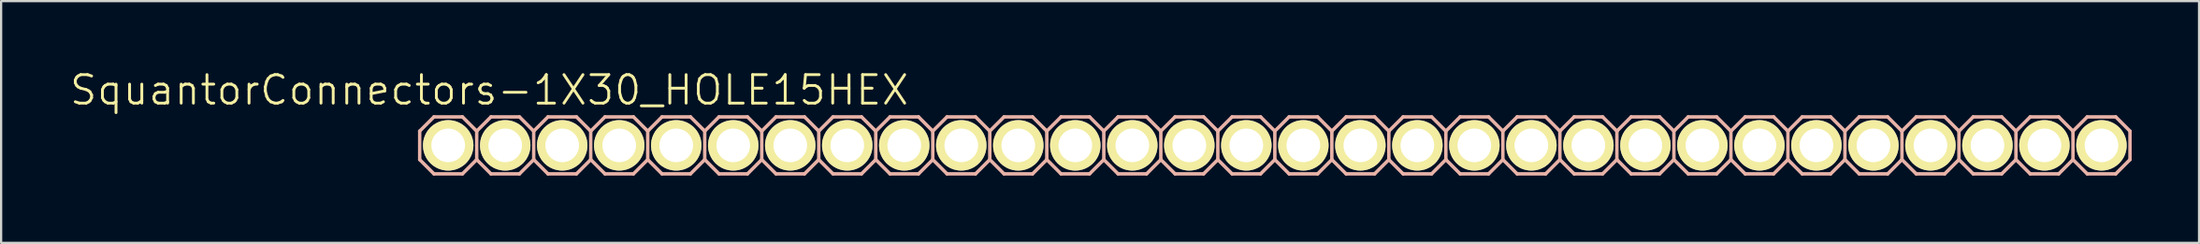
<source format=kicad_pcb>
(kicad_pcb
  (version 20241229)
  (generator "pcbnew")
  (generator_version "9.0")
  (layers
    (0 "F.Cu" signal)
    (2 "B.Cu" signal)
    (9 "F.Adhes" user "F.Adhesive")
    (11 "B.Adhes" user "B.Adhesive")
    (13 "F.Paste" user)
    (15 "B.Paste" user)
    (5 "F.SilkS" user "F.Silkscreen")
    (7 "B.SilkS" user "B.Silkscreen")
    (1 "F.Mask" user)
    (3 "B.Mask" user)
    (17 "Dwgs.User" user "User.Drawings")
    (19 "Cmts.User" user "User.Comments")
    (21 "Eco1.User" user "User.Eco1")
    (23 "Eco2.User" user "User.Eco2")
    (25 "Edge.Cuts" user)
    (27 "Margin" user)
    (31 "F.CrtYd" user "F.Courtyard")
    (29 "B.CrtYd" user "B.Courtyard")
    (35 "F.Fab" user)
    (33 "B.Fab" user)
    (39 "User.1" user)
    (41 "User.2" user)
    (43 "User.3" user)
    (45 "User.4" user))
  (footprint "SquantorConnectors-1X30_HOLE15HEX"
    (layer "F.Cu")
    (at 53.749 3.43)
    (property "Reference" "SquantorConnectors-1X30_HOLE15HEX" (at -34.999 -2.464 0) (layer "F.SilkS") (effects (font (size 1.27 1.27) (thickness 0.127))))
    (attr exclude_from_pos_files exclude_from_bom)
    (fp_line (start -37.084 -0.254) (end -36.576 -0.254) (stroke (width 0.066) (type solid)) (layer "F.SilkS"))
    (fp_line (start -37.084 0.254) (end -37.084 -0.254) (stroke (width 0.066) (type solid)) (layer "F.SilkS"))
    (fp_line (start -37.084 0.254) (end -36.576 0.254) (stroke (width 0.066) (type solid)) (layer "F.SilkS"))
    (fp_line (start -36.576 0.254) (end -36.576 -0.254) (stroke (width 0.066) (type solid)) (layer "F.SilkS"))
    (fp_line (start -34.544 -0.254) (end -34.036 -0.254) (stroke (width 0.066) (type solid)) (layer "F.SilkS"))
    (fp_line (start -34.544 0.254) (end -34.544 -0.254) (stroke (width 0.066) (type solid)) (layer "F.SilkS"))
    (fp_line (start -34.544 0.254) (end -34.036 0.254) (stroke (width 0.066) (type solid)) (layer "F.SilkS"))
    (fp_line (start -34.036 0.254) (end -34.036 -0.254) (stroke (width 0.066) (type solid)) (layer "F.SilkS"))
    (fp_line (start -32.004 -0.254) (end -31.496 -0.254) (stroke (width 0.066) (type solid)) (layer "F.SilkS"))
    (fp_line (start -32.004 0.254) (end -32.004 -0.254) (stroke (width 0.066) (type solid)) (layer "F.SilkS"))
    (fp_line (start -32.004 0.254) (end -31.496 0.254) (stroke (width 0.066) (type solid)) (layer "F.SilkS"))
    (fp_line (start -31.496 0.254) (end -31.496 -0.254) (stroke (width 0.066) (type solid)) (layer "F.SilkS"))
    (fp_line (start -29.464 -0.254) (end -28.953 -0.254) (stroke (width 0.066) (type solid)) (layer "F.SilkS"))
    (fp_line (start -29.464 0.254) (end -29.464 -0.254) (stroke (width 0.066) (type solid)) (layer "F.SilkS"))
    (fp_line (start -29.464 0.254) (end -28.953 0.254) (stroke (width 0.066) (type solid)) (layer "F.SilkS"))
    (fp_line (start -28.953 0.254) (end -28.953 -0.254) (stroke (width 0.066) (type solid)) (layer "F.SilkS"))
    (fp_line (start -26.924 -0.254) (end -26.416 -0.254) (stroke (width 0.066) (type solid)) (layer "F.SilkS"))
    (fp_line (start -26.924 0.254) (end -26.924 -0.254) (stroke (width 0.066) (type solid)) (layer "F.SilkS"))
    (fp_line (start -26.924 0.254) (end -26.416 0.254) (stroke (width 0.066) (type solid)) (layer "F.SilkS"))
    (fp_line (start -26.416 0.254) (end -26.416 -0.254) (stroke (width 0.066) (type solid)) (layer "F.SilkS"))
    (fp_line (start -24.384 -0.254) (end -23.876 -0.254) (stroke (width 0.066) (type solid)) (layer "F.SilkS"))
    (fp_line (start -24.384 0.254) (end -24.384 -0.254) (stroke (width 0.066) (type solid)) (layer "F.SilkS"))
    (fp_line (start -24.384 0.254) (end -23.876 0.254) (stroke (width 0.066) (type solid)) (layer "F.SilkS"))
    (fp_line (start -23.876 0.254) (end -23.876 -0.254) (stroke (width 0.066) (type solid)) (layer "F.SilkS"))
    (fp_line (start -21.844 -0.254) (end -21.336 -0.254) (stroke (width 0.066) (type solid)) (layer "F.SilkS"))
    (fp_line (start -21.844 0.254) (end -21.844 -0.254) (stroke (width 0.066) (type solid)) (layer "F.SilkS"))
    (fp_line (start -21.844 0.254) (end -21.336 0.254) (stroke (width 0.066) (type solid)) (layer "F.SilkS"))
    (fp_line (start -21.336 0.254) (end -21.336 -0.254) (stroke (width 0.066) (type solid)) (layer "F.SilkS"))
    (fp_line (start -19.304 -0.254) (end -18.796 -0.254) (stroke (width 0.066) (type solid)) (layer "F.SilkS"))
    (fp_line (start -19.304 0.254) (end -19.304 -0.254) (stroke (width 0.066) (type solid)) (layer "F.SilkS"))
    (fp_line (start -19.304 0.254) (end -18.796 0.254) (stroke (width 0.066) (type solid)) (layer "F.SilkS"))
    (fp_line (start -18.796 0.254) (end -18.796 -0.254) (stroke (width 0.066) (type solid)) (layer "F.SilkS"))
    (fp_line (start -16.764 -0.254) (end -16.256 -0.254) (stroke (width 0.066) (type solid)) (layer "F.SilkS"))
    (fp_line (start -16.764 0.254) (end -16.764 -0.254) (stroke (width 0.066) (type solid)) (layer "F.SilkS"))
    (fp_line (start -16.764 0.254) (end -16.256 0.254) (stroke (width 0.066) (type solid)) (layer "F.SilkS"))
    (fp_line (start -16.256 0.254) (end -16.256 -0.254) (stroke (width 0.066) (type solid)) (layer "F.SilkS"))
    (fp_line (start -14.224 -0.254) (end -13.716 -0.254) (stroke (width 0.066) (type solid)) (layer "F.SilkS"))
    (fp_line (start -14.224 0.254) (end -14.224 -0.254) (stroke (width 0.066) (type solid)) (layer "F.SilkS"))
    (fp_line (start -14.224 0.254) (end -13.716 0.254) (stroke (width 0.066) (type solid)) (layer "F.SilkS"))
    (fp_line (start -13.716 0.254) (end -13.716 -0.254) (stroke (width 0.066) (type solid)) (layer "F.SilkS"))
    (fp_line (start -11.684 -0.254) (end -11.176 -0.254) (stroke (width 0.066) (type solid)) (layer "F.SilkS"))
    (fp_line (start -11.684 0.254) (end -11.684 -0.254) (stroke (width 0.066) (type solid)) (layer "F.SilkS"))
    (fp_line (start -11.684 0.254) (end -11.176 0.254) (stroke (width 0.066) (type solid)) (layer "F.SilkS"))
    (fp_line (start -11.176 0.254) (end -11.176 -0.254) (stroke (width 0.066) (type solid)) (layer "F.SilkS"))
    (fp_line (start -9.144 -0.254) (end -8.636 -0.254) (stroke (width 0.066) (type solid)) (layer "F.SilkS"))
    (fp_line (start -9.144 0.254) (end -9.144 -0.254) (stroke (width 0.066) (type solid)) (layer "F.SilkS"))
    (fp_line (start -9.144 0.254) (end -8.636 0.254) (stroke (width 0.066) (type solid)) (layer "F.SilkS"))
    (fp_line (start -8.636 0.254) (end -8.636 -0.254) (stroke (width 0.066) (type solid)) (layer "F.SilkS"))
    (fp_line (start -6.604 -0.254) (end -6.096 -0.254) (stroke (width 0.066) (type solid)) (layer "F.SilkS"))
    (fp_line (start -6.604 0.254) (end -6.604 -0.254) (stroke (width 0.066) (type solid)) (layer "F.SilkS"))
    (fp_line (start -6.604 0.254) (end -6.096 0.254) (stroke (width 0.066) (type solid)) (layer "F.SilkS"))
    (fp_line (start -6.096 0.254) (end -6.096 -0.254) (stroke (width 0.066) (type solid)) (layer "F.SilkS"))
    (fp_line (start -4.064 -0.254) (end -3.556 -0.254) (stroke (width 0.066) (type solid)) (layer "F.SilkS"))
    (fp_line (start -4.064 0.254) (end -4.064 -0.254) (stroke (width 0.066) (type solid)) (layer "F.SilkS"))
    (fp_line (start -4.064 0.254) (end -3.556 0.254) (stroke (width 0.066) (type solid)) (layer "F.SilkS"))
    (fp_line (start -3.556 0.254) (end -3.556 -0.254) (stroke (width 0.066) (type solid)) (layer "F.SilkS"))
    (fp_line (start -1.524 -0.254) (end -1.016 -0.254) (stroke (width 0.066) (type solid)) (layer "F.SilkS"))
    (fp_line (start -1.524 0.254) (end -1.524 -0.254) (stroke (width 0.066) (type solid)) (layer "F.SilkS"))
    (fp_line (start -1.524 0.254) (end -1.016 0.254) (stroke (width 0.066) (type solid)) (layer "F.SilkS"))
    (fp_line (start -1.016 0.254) (end -1.016 -0.254) (stroke (width 0.066) (type solid)) (layer "F.SilkS"))
    (fp_line (start 1.016 -0.254) (end 1.524 -0.254) (stroke (width 0.066) (type solid)) (layer "F.SilkS"))
    (fp_line (start 1.016 0.254) (end 1.016 -0.254) (stroke (width 0.066) (type solid)) (layer "F.SilkS"))
    (fp_line (start 1.016 0.254) (end 1.524 0.254) (stroke (width 0.066) (type solid)) (layer "F.SilkS"))
    (fp_line (start 1.524 0.254) (end 1.524 -0.254) (stroke (width 0.066) (type solid)) (layer "F.SilkS"))
    (fp_line (start 3.556 -0.254) (end 4.064 -0.254) (stroke (width 0.066) (type solid)) (layer "F.SilkS"))
    (fp_line (start 3.556 0.254) (end 3.556 -0.254) (stroke (width 0.066) (type solid)) (layer "F.SilkS"))
    (fp_line (start 3.556 0.254) (end 4.064 0.254) (stroke (width 0.066) (type solid)) (layer "F.SilkS"))
    (fp_line (start 4.064 0.254) (end 4.064 -0.254) (stroke (width 0.066) (type solid)) (layer "F.SilkS"))
    (fp_line (start 6.096 -0.254) (end 6.604 -0.254) (stroke (width 0.066) (type solid)) (layer "F.SilkS"))
    (fp_line (start 6.096 0.254) (end 6.096 -0.254) (stroke (width 0.066) (type solid)) (layer "F.SilkS"))
    (fp_line (start 6.096 0.254) (end 6.604 0.254) (stroke (width 0.066) (type solid)) (layer "F.SilkS"))
    (fp_line (start 6.604 0.254) (end 6.604 -0.254) (stroke (width 0.066) (type solid)) (layer "F.SilkS"))
    (fp_line (start 8.636 -0.254) (end 9.144 -0.254) (stroke (width 0.066) (type solid)) (layer "F.SilkS"))
    (fp_line (start 8.636 0.254) (end 8.636 -0.254) (stroke (width 0.066) (type solid)) (layer "F.SilkS"))
    (fp_line (start 8.636 0.254) (end 9.144 0.254) (stroke (width 0.066) (type solid)) (layer "F.SilkS"))
    (fp_line (start 9.144 0.254) (end 9.144 -0.254) (stroke (width 0.066) (type solid)) (layer "F.SilkS"))
    (fp_line (start 11.176 -0.254) (end 11.684 -0.254) (stroke (width 0.066) (type solid)) (layer "F.SilkS"))
    (fp_line (start 11.176 0.254) (end 11.176 -0.254) (stroke (width 0.066) (type solid)) (layer "F.SilkS"))
    (fp_line (start 11.176 0.254) (end 11.684 0.254) (stroke (width 0.066) (type solid)) (layer "F.SilkS"))
    (fp_line (start 11.684 0.254) (end 11.684 -0.254) (stroke (width 0.066) (type solid)) (layer "F.SilkS"))
    (fp_line (start 13.716 -0.254) (end 14.224 -0.254) (stroke (width 0.066) (type solid)) (layer "F.SilkS"))
    (fp_line (start 13.716 0.254) (end 13.716 -0.254) (stroke (width 0.066) (type solid)) (layer "F.SilkS"))
    (fp_line (start 13.716 0.254) (end 14.224 0.254) (stroke (width 0.066) (type solid)) (layer "F.SilkS"))
    (fp_line (start 14.224 0.254) (end 14.224 -0.254) (stroke (width 0.066) (type solid)) (layer "F.SilkS"))
    (fp_line (start 16.256 -0.254) (end 16.764 -0.254) (stroke (width 0.066) (type solid)) (layer "F.SilkS"))
    (fp_line (start 16.256 0.254) (end 16.256 -0.254) (stroke (width 0.066) (type solid)) (layer "F.SilkS"))
    (fp_line (start 16.256 0.254) (end 16.764 0.254) (stroke (width 0.066) (type solid)) (layer "F.SilkS"))
    (fp_line (start 16.764 0.254) (end 16.764 -0.254) (stroke (width 0.066) (type solid)) (layer "F.SilkS"))
    (fp_line (start 18.796 -0.254) (end 19.304 -0.254) (stroke (width 0.066) (type solid)) (layer "F.SilkS"))
    (fp_line (start 18.796 0.254) (end 18.796 -0.254) (stroke (width 0.066) (type solid)) (layer "F.SilkS"))
    (fp_line (start 18.796 0.254) (end 19.304 0.254) (stroke (width 0.066) (type solid)) (layer "F.SilkS"))
    (fp_line (start 19.304 0.254) (end 19.304 -0.254) (stroke (width 0.066) (type solid)) (layer "F.SilkS"))
    (fp_line (start 21.336 -0.254) (end 21.844 -0.254) (stroke (width 0.066) (type solid)) (layer "F.SilkS"))
    (fp_line (start 21.336 0.254) (end 21.336 -0.254) (stroke (width 0.066) (type solid)) (layer "F.SilkS"))
    (fp_line (start 21.336 0.254) (end 21.844 0.254) (stroke (width 0.066) (type solid)) (layer "F.SilkS"))
    (fp_line (start 21.844 0.254) (end 21.844 -0.254) (stroke (width 0.066) (type solid)) (layer "F.SilkS"))
    (fp_line (start 23.876 -0.254) (end 24.384 -0.254) (stroke (width 0.066) (type solid)) (layer "F.SilkS"))
    (fp_line (start 23.876 0.254) (end 23.876 -0.254) (stroke (width 0.066) (type solid)) (layer "F.SilkS"))
    (fp_line (start 23.876 0.254) (end 24.384 0.254) (stroke (width 0.066) (type solid)) (layer "F.SilkS"))
    (fp_line (start 24.384 0.254) (end 24.384 -0.254) (stroke (width 0.066) (type solid)) (layer "F.SilkS"))
    (fp_line (start 26.416 -0.254) (end 26.924 -0.254) (stroke (width 0.066) (type solid)) (layer "F.SilkS"))
    (fp_line (start 26.416 0.254) (end 26.416 -0.254) (stroke (width 0.066) (type solid)) (layer "F.SilkS"))
    (fp_line (start 26.416 0.254) (end 26.924 0.254) (stroke (width 0.066) (type solid)) (layer "F.SilkS"))
    (fp_line (start 26.924 0.254) (end 26.924 -0.254) (stroke (width 0.066) (type solid)) (layer "F.SilkS"))
    (fp_line (start 28.953 -0.254) (end 29.464 -0.254) (stroke (width 0.066) (type solid)) (layer "F.SilkS"))
    (fp_line (start 28.953 0.254) (end 28.953 -0.254) (stroke (width 0.066) (type solid)) (layer "F.SilkS"))
    (fp_line (start 28.953 0.254) (end 29.464 0.254) (stroke (width 0.066) (type solid)) (layer "F.SilkS"))
    (fp_line (start 29.464 0.254) (end 29.464 -0.254) (stroke (width 0.066) (type solid)) (layer "F.SilkS"))
    (fp_line (start 31.496 -0.254) (end 32.004 -0.254) (stroke (width 0.066) (type solid)) (layer "F.SilkS"))
    (fp_line (start 31.496 0.254) (end 31.496 -0.254) (stroke (width 0.066) (type solid)) (layer "F.SilkS"))
    (fp_line (start 31.496 0.254) (end 32.004 0.254) (stroke (width 0.066) (type solid)) (layer "F.SilkS"))
    (fp_line (start 32.004 0.254) (end 32.004 -0.254) (stroke (width 0.066) (type solid)) (layer "F.SilkS"))
    (fp_line (start 34.036 -0.254) (end 34.544 -0.254) (stroke (width 0.066) (type solid)) (layer "F.SilkS"))
    (fp_line (start 34.036 0.254) (end 34.036 -0.254) (stroke (width 0.066) (type solid)) (layer "F.SilkS"))
    (fp_line (start 34.036 0.254) (end 34.544 0.254) (stroke (width 0.066) (type solid)) (layer "F.SilkS"))
    (fp_line (start 34.544 0.254) (end 34.544 -0.254) (stroke (width 0.066) (type solid)) (layer "F.SilkS"))
    (fp_line (start 36.576 -0.254) (end 37.084 -0.254) (stroke (width 0.066) (type solid)) (layer "F.SilkS"))
    (fp_line (start 36.576 0.254) (end 36.576 -0.254) (stroke (width 0.066) (type solid)) (layer "F.SilkS"))
    (fp_line (start 36.576 0.254) (end 37.084 0.254) (stroke (width 0.066) (type solid)) (layer "F.SilkS"))
    (fp_line (start 37.084 0.254) (end 37.084 -0.254) (stroke (width 0.066) (type solid)) (layer "F.SilkS"))
    (fp_line (start -38.1 -0.635) (end -38.1 0.635) (stroke (width 0.152) (type solid)) (layer "B.SilkS"))
    (fp_line (start -38.1 0.635) (end -37.465 1.27) (stroke (width 0.152) (type solid)) (layer "B.SilkS"))
    (fp_line (start -37.465 -1.27) (end -38.1 -0.635) (stroke (width 0.152) (type solid)) (layer "B.SilkS"))
    (fp_line (start -37.465 -1.27) (end -36.195 -1.27) (stroke (width 0.152) (type solid)) (layer "B.SilkS"))
    (fp_line (start -36.195 -1.27) (end -35.56 -0.635) (stroke (width 0.152) (type solid)) (layer "B.SilkS"))
    (fp_line (start -36.195 1.27) (end -37.465 1.27) (stroke (width 0.152) (type solid)) (layer "B.SilkS"))
    (fp_line (start -35.56 -0.635) (end -35.56 0.635) (stroke (width 0.152) (type solid)) (layer "B.SilkS"))
    (fp_line (start -35.56 -0.635) (end -34.925 -1.27) (stroke (width 0.152) (type solid)) (layer "B.SilkS"))
    (fp_line (start -35.56 0.635) (end -36.195 1.27) (stroke (width 0.152) (type solid)) (layer "B.SilkS"))
    (fp_line (start -34.925 -1.27) (end -33.655 -1.27) (stroke (width 0.152) (type solid)) (layer "B.SilkS"))
    (fp_line (start -34.925 1.27) (end -35.56 0.635) (stroke (width 0.152) (type solid)) (layer "B.SilkS"))
    (fp_line (start -33.655 -1.27) (end -33.02 -0.635) (stroke (width 0.152) (type solid)) (layer "B.SilkS"))
    (fp_line (start -33.655 1.27) (end -34.925 1.27) (stroke (width 0.152) (type solid)) (layer "B.SilkS"))
    (fp_line (start -33.02 -0.635) (end -33.02 0.635) (stroke (width 0.152) (type solid)) (layer "B.SilkS"))
    (fp_line (start -33.02 -0.635) (end -32.385 -1.27) (stroke (width 0.152) (type solid)) (layer "B.SilkS"))
    (fp_line (start -33.02 0.635) (end -33.655 1.27) (stroke (width 0.152) (type solid)) (layer "B.SilkS"))
    (fp_line (start -32.385 -1.27) (end -31.115 -1.27) (stroke (width 0.152) (type solid)) (layer "B.SilkS"))
    (fp_line (start -32.385 1.27) (end -33.02 0.635) (stroke (width 0.152) (type solid)) (layer "B.SilkS"))
    (fp_line (start -31.115 -1.27) (end -30.48 -0.635) (stroke (width 0.152) (type solid)) (layer "B.SilkS"))
    (fp_line (start -31.115 1.27) (end -32.385 1.27) (stroke (width 0.152) (type solid)) (layer "B.SilkS"))
    (fp_line (start -30.48 -0.635) (end -30.48 0.635) (stroke (width 0.152) (type solid)) (layer "B.SilkS"))
    (fp_line (start -30.48 0.635) (end -31.115 1.27) (stroke (width 0.152) (type solid)) (layer "B.SilkS"))
    (fp_line (start -30.48 0.635) (end -29.845 1.27) (stroke (width 0.152) (type solid)) (layer "B.SilkS"))
    (fp_line (start -29.845 -1.27) (end -30.48 -0.635) (stroke (width 0.152) (type solid)) (layer "B.SilkS"))
    (fp_line (start -29.845 -1.27) (end -28.575 -1.27) (stroke (width 0.152) (type solid)) (layer "B.SilkS"))
    (fp_line (start -28.575 -1.27) (end -27.94 -0.635) (stroke (width 0.152) (type solid)) (layer "B.SilkS"))
    (fp_line (start -28.575 1.27) (end -29.845 1.27) (stroke (width 0.152) (type solid)) (layer "B.SilkS"))
    (fp_line (start -27.94 -0.635) (end -27.94 0.635) (stroke (width 0.152) (type solid)) (layer "B.SilkS"))
    (fp_line (start -27.94 -0.635) (end -27.305 -1.27) (stroke (width 0.152) (type solid)) (layer "B.SilkS"))
    (fp_line (start -27.94 0.635) (end -28.575 1.27) (stroke (width 0.152) (type solid)) (layer "B.SilkS"))
    (fp_line (start -27.305 -1.27) (end -26.035 -1.27) (stroke (width 0.152) (type solid)) (layer "B.SilkS"))
    (fp_line (start -27.305 1.27) (end -27.94 0.635) (stroke (width 0.152) (type solid)) (layer "B.SilkS"))
    (fp_line (start -26.035 -1.27) (end -25.4 -0.635) (stroke (width 0.152) (type solid)) (layer "B.SilkS"))
    (fp_line (start -26.035 1.27) (end -27.305 1.27) (stroke (width 0.152) (type solid)) (layer "B.SilkS"))
    (fp_line (start -25.4 -0.635) (end -25.4 0.635) (stroke (width 0.152) (type solid)) (layer "B.SilkS"))
    (fp_line (start -25.4 -0.635) (end -24.765 -1.27) (stroke (width 0.152) (type solid)) (layer "B.SilkS"))
    (fp_line (start -25.4 0.635) (end -26.035 1.27) (stroke (width 0.152) (type solid)) (layer "B.SilkS"))
    (fp_line (start -24.765 -1.27) (end -23.495 -1.27) (stroke (width 0.152) (type solid)) (layer "B.SilkS"))
    (fp_line (start -24.765 1.27) (end -25.4 0.635) (stroke (width 0.152) (type solid)) (layer "B.SilkS"))
    (fp_line (start -23.495 -1.27) (end -22.86 -0.635) (stroke (width 0.152) (type solid)) (layer "B.SilkS"))
    (fp_line (start -23.495 1.27) (end -24.765 1.27) (stroke (width 0.152) (type solid)) (layer "B.SilkS"))
    (fp_line (start -22.86 -0.635) (end -22.86 0.635) (stroke (width 0.152) (type solid)) (layer "B.SilkS"))
    (fp_line (start -22.86 0.635) (end -23.495 1.27) (stroke (width 0.152) (type solid)) (layer "B.SilkS"))
    (fp_line (start -22.86 0.635) (end -22.225 1.27) (stroke (width 0.152) (type solid)) (layer "B.SilkS"))
    (fp_line (start -22.225 -1.27) (end -22.86 -0.635) (stroke (width 0.152) (type solid)) (layer "B.SilkS"))
    (fp_line (start -22.225 -1.27) (end -20.955 -1.27) (stroke (width 0.152) (type solid)) (layer "B.SilkS"))
    (fp_line (start -20.955 -1.27) (end -20.32 -0.635) (stroke (width 0.152) (type solid)) (layer "B.SilkS"))
    (fp_line (start -20.955 1.27) (end -22.225 1.27) (stroke (width 0.152) (type solid)) (layer "B.SilkS"))
    (fp_line (start -20.32 -0.635) (end -20.32 0.635) (stroke (width 0.152) (type solid)) (layer "B.SilkS"))
    (fp_line (start -20.32 -0.635) (end -19.685 -1.27) (stroke (width 0.152) (type solid)) (layer "B.SilkS"))
    (fp_line (start -20.32 0.635) (end -20.955 1.27) (stroke (width 0.152) (type solid)) (layer "B.SilkS"))
    (fp_line (start -19.685 -1.27) (end -18.415 -1.27) (stroke (width 0.152) (type solid)) (layer "B.SilkS"))
    (fp_line (start -19.685 1.27) (end -20.32 0.635) (stroke (width 0.152) (type solid)) (layer "B.SilkS"))
    (fp_line (start -18.415 -1.27) (end -17.78 -0.635) (stroke (width 0.152) (type solid)) (layer "B.SilkS"))
    (fp_line (start -18.415 1.27) (end -19.685 1.27) (stroke (width 0.152) (type solid)) (layer "B.SilkS"))
    (fp_line (start -17.78 -0.635) (end -17.78 0.635) (stroke (width 0.152) (type solid)) (layer "B.SilkS"))
    (fp_line (start -17.78 -0.635) (end -17.145 -1.27) (stroke (width 0.152) (type solid)) (layer "B.SilkS"))
    (fp_line (start -17.78 0.635) (end -18.415 1.27) (stroke (width 0.152) (type solid)) (layer "B.SilkS"))
    (fp_line (start -17.145 -1.27) (end -15.875 -1.27) (stroke (width 0.152) (type solid)) (layer "B.SilkS"))
    (fp_line (start -17.145 1.27) (end -17.78 0.635) (stroke (width 0.152) (type solid)) (layer "B.SilkS"))
    (fp_line (start -15.875 -1.27) (end -15.24 -0.635) (stroke (width 0.152) (type solid)) (layer "B.SilkS"))
    (fp_line (start -15.875 1.27) (end -17.145 1.27) (stroke (width 0.152) (type solid)) (layer "B.SilkS"))
    (fp_line (start -15.24 -0.635) (end -15.24 0.635) (stroke (width 0.152) (type solid)) (layer "B.SilkS"))
    (fp_line (start -15.24 0.635) (end -15.875 1.27) (stroke (width 0.152) (type solid)) (layer "B.SilkS"))
    (fp_line (start -15.24 0.635) (end -14.605 1.27) (stroke (width 0.152) (type solid)) (layer "B.SilkS"))
    (fp_line (start -14.605 -1.27) (end -15.24 -0.635) (stroke (width 0.152) (type solid)) (layer "B.SilkS"))
    (fp_line (start -14.605 -1.27) (end -13.335 -1.27) (stroke (width 0.152) (type solid)) (layer "B.SilkS"))
    (fp_line (start -13.335 -1.27) (end -12.7 -0.635) (stroke (width 0.152) (type solid)) (layer "B.SilkS"))
    (fp_line (start -13.335 1.27) (end -14.605 1.27) (stroke (width 0.152) (type solid)) (layer "B.SilkS"))
    (fp_line (start -12.7 -0.635) (end -12.7 0.635) (stroke (width 0.152) (type solid)) (layer "B.SilkS"))
    (fp_line (start -12.7 -0.635) (end -12.065 -1.27) (stroke (width 0.152) (type solid)) (layer "B.SilkS"))
    (fp_line (start -12.7 0.635) (end -13.335 1.27) (stroke (width 0.152) (type solid)) (layer "B.SilkS"))
    (fp_line (start -12.065 -1.27) (end -10.795 -1.27) (stroke (width 0.152) (type solid)) (layer "B.SilkS"))
    (fp_line (start -12.065 1.27) (end -12.7 0.635) (stroke (width 0.152) (type solid)) (layer "B.SilkS"))
    (fp_line (start -10.795 -1.27) (end -10.16 -0.635) (stroke (width 0.152) (type solid)) (layer "B.SilkS"))
    (fp_line (start -10.795 1.27) (end -12.065 1.27) (stroke (width 0.152) (type solid)) (layer "B.SilkS"))
    (fp_line (start -10.16 -0.635) (end -10.16 0.635) (stroke (width 0.152) (type solid)) (layer "B.SilkS"))
    (fp_line (start -10.16 -0.635) (end -9.525 -1.27) (stroke (width 0.152) (type solid)) (layer "B.SilkS"))
    (fp_line (start -10.16 0.635) (end -10.795 1.27) (stroke (width 0.152) (type solid)) (layer "B.SilkS"))
    (fp_line (start -9.525 -1.27) (end -8.255 -1.27) (stroke (width 0.152) (type solid)) (layer "B.SilkS"))
    (fp_line (start -9.525 1.27) (end -10.16 0.635) (stroke (width 0.152) (type solid)) (layer "B.SilkS"))
    (fp_line (start -8.255 -1.27) (end -7.62 -0.635) (stroke (width 0.152) (type solid)) (layer "B.SilkS"))
    (fp_line (start -8.255 1.27) (end -9.525 1.27) (stroke (width 0.152) (type solid)) (layer "B.SilkS"))
    (fp_line (start -7.62 -0.635) (end -7.62 0.635) (stroke (width 0.152) (type solid)) (layer "B.SilkS"))
    (fp_line (start -7.62 0.635) (end -8.255 1.27) (stroke (width 0.152) (type solid)) (layer "B.SilkS"))
    (fp_line (start -7.62 0.635) (end -6.985 1.27) (stroke (width 0.152) (type solid)) (layer "B.SilkS"))
    (fp_line (start -6.985 -1.27) (end -7.62 -0.635) (stroke (width 0.152) (type solid)) (layer "B.SilkS"))
    (fp_line (start -6.985 -1.27) (end -5.715 -1.27) (stroke (width 0.152) (type solid)) (layer "B.SilkS"))
    (fp_line (start -5.715 -1.27) (end -5.08 -0.635) (stroke (width 0.152) (type solid)) (layer "B.SilkS"))
    (fp_line (start -5.715 1.27) (end -6.985 1.27) (stroke (width 0.152) (type solid)) (layer "B.SilkS"))
    (fp_line (start -5.08 -0.635) (end -5.08 0.635) (stroke (width 0.152) (type solid)) (layer "B.SilkS"))
    (fp_line (start -5.08 -0.635) (end -4.445 -1.27) (stroke (width 0.152) (type solid)) (layer "B.SilkS"))
    (fp_line (start -5.08 0.635) (end -5.715 1.27) (stroke (width 0.152) (type solid)) (layer "B.SilkS"))
    (fp_line (start -4.445 -1.27) (end -3.175 -1.27) (stroke (width 0.152) (type solid)) (layer "B.SilkS"))
    (fp_line (start -4.445 1.27) (end -5.08 0.635) (stroke (width 0.152) (type solid)) (layer "B.SilkS"))
    (fp_line (start -3.175 -1.27) (end -2.54 -0.635) (stroke (width 0.152) (type solid)) (layer "B.SilkS"))
    (fp_line (start -3.175 1.27) (end -4.445 1.27) (stroke (width 0.152) (type solid)) (layer "B.SilkS"))
    (fp_line (start -2.54 -0.635) (end -2.54 0.635) (stroke (width 0.152) (type solid)) (layer "B.SilkS"))
    (fp_line (start -2.54 -0.635) (end -1.905 -1.27) (stroke (width 0.152) (type solid)) (layer "B.SilkS"))
    (fp_line (start -2.54 0.635) (end -3.175 1.27) (stroke (width 0.152) (type solid)) (layer "B.SilkS"))
    (fp_line (start -1.905 -1.27) (end -0.635 -1.27) (stroke (width 0.152) (type solid)) (layer "B.SilkS"))
    (fp_line (start -1.905 1.27) (end -2.54 0.635) (stroke (width 0.152) (type solid)) (layer "B.SilkS"))
    (fp_line (start -0.635 -1.27) (end 0 -0.635) (stroke (width 0.152) (type solid)) (layer "B.SilkS"))
    (fp_line (start -0.635 1.27) (end -1.905 1.27) (stroke (width 0.152) (type solid)) (layer "B.SilkS"))
    (fp_line (start 0 -0.635) (end 0 0.635) (stroke (width 0.152) (type solid)) (layer "B.SilkS"))
    (fp_line (start 0 0.635) (end -0.635 1.27) (stroke (width 0.152) (type solid)) (layer "B.SilkS"))
    (fp_line (start 0 0.635) (end 0.635 1.27) (stroke (width 0.152) (type solid)) (layer "B.SilkS"))
    (fp_line (start 0.635 -1.27) (end 0 -0.635) (stroke (width 0.152) (type solid)) (layer "B.SilkS"))
    (fp_line (start 0.635 -1.27) (end 1.905 -1.27) (stroke (width 0.152) (type solid)) (layer "B.SilkS"))
    (fp_line (start 1.905 -1.27) (end 2.54 -0.635) (stroke (width 0.152) (type solid)) (layer "B.SilkS"))
    (fp_line (start 1.905 1.27) (end 0.635 1.27) (stroke (width 0.152) (type solid)) (layer "B.SilkS"))
    (fp_line (start 2.54 -0.635) (end 2.54 0.635) (stroke (width 0.152) (type solid)) (layer "B.SilkS"))
    (fp_line (start 2.54 -0.635) (end 3.175 -1.27) (stroke (width 0.152) (type solid)) (layer "B.SilkS"))
    (fp_line (start 2.54 0.635) (end 1.905 1.27) (stroke (width 0.152) (type solid)) (layer "B.SilkS"))
    (fp_line (start 3.175 -1.27) (end 4.445 -1.27) (stroke (width 0.152) (type solid)) (layer "B.SilkS"))
    (fp_line (start 3.175 1.27) (end 2.54 0.635) (stroke (width 0.152) (type solid)) (layer "B.SilkS"))
    (fp_line (start 4.445 -1.27) (end 5.08 -0.635) (stroke (width 0.152) (type solid)) (layer "B.SilkS"))
    (fp_line (start 4.445 1.27) (end 3.175 1.27) (stroke (width 0.152) (type solid)) (layer "B.SilkS"))
    (fp_line (start 5.08 -0.635) (end 5.08 0.635) (stroke (width 0.152) (type solid)) (layer "B.SilkS"))
    (fp_line (start 5.08 -0.635) (end 5.715 -1.27) (stroke (width 0.152) (type solid)) (layer "B.SilkS"))
    (fp_line (start 5.08 0.635) (end 4.445 1.27) (stroke (width 0.152) (type solid)) (layer "B.SilkS"))
    (fp_line (start 5.715 -1.27) (end 6.985 -1.27) (stroke (width 0.152) (type solid)) (layer "B.SilkS"))
    (fp_line (start 5.715 1.27) (end 5.08 0.635) (stroke (width 0.152) (type solid)) (layer "B.SilkS"))
    (fp_line (start 6.985 -1.27) (end 7.62 -0.635) (stroke (width 0.152) (type solid)) (layer "B.SilkS"))
    (fp_line (start 6.985 1.27) (end 5.715 1.27) (stroke (width 0.152) (type solid)) (layer "B.SilkS"))
    (fp_line (start 7.62 -0.635) (end 7.62 0.635) (stroke (width 0.152) (type solid)) (layer "B.SilkS"))
    (fp_line (start 7.62 0.635) (end 6.985 1.27) (stroke (width 0.152) (type solid)) (layer "B.SilkS"))
    (fp_line (start 7.62 0.635) (end 8.255 1.27) (stroke (width 0.152) (type solid)) (layer "B.SilkS"))
    (fp_line (start 8.255 -1.27) (end 7.62 -0.635) (stroke (width 0.152) (type solid)) (layer "B.SilkS"))
    (fp_line (start 8.255 -1.27) (end 9.525 -1.27) (stroke (width 0.152) (type solid)) (layer "B.SilkS"))
    (fp_line (start 9.525 -1.27) (end 10.16 -0.635) (stroke (width 0.152) (type solid)) (layer "B.SilkS"))
    (fp_line (start 9.525 1.27) (end 8.255 1.27) (stroke (width 0.152) (type solid)) (layer "B.SilkS"))
    (fp_line (start 10.16 -0.635) (end 10.16 0.635) (stroke (width 0.152) (type solid)) (layer "B.SilkS"))
    (fp_line (start 10.16 0.635) (end 9.525 1.27) (stroke (width 0.152) (type solid)) (layer "B.SilkS"))
    (fp_line (start 10.16 0.635) (end 10.795 1.27) (stroke (width 0.152) (type solid)) (layer "B.SilkS"))
    (fp_line (start 10.795 -1.27) (end 10.16 -0.635) (stroke (width 0.152) (type solid)) (layer "B.SilkS"))
    (fp_line (start 10.795 -1.27) (end 12.065 -1.27) (stroke (width 0.152) (type solid)) (layer "B.SilkS"))
    (fp_line (start 12.065 -1.27) (end 12.7 -0.635) (stroke (width 0.152) (type solid)) (layer "B.SilkS"))
    (fp_line (start 12.065 1.27) (end 10.795 1.27) (stroke (width 0.152) (type solid)) (layer "B.SilkS"))
    (fp_line (start 12.7 -0.635) (end 12.7 0.635) (stroke (width 0.152) (type solid)) (layer "B.SilkS"))
    (fp_line (start 12.7 0.635) (end 12.065 1.27) (stroke (width 0.152) (type solid)) (layer "B.SilkS"))
    (fp_line (start 12.7 0.635) (end 13.335 1.27) (stroke (width 0.152) (type solid)) (layer "B.SilkS"))
    (fp_line (start 13.335 -1.27) (end 12.7 -0.635) (stroke (width 0.152) (type solid)) (layer "B.SilkS"))
    (fp_line (start 13.335 -1.27) (end 14.605 -1.27) (stroke (width 0.152) (type solid)) (layer "B.SilkS"))
    (fp_line (start 14.605 -1.27) (end 15.24 -0.635) (stroke (width 0.152) (type solid)) (layer "B.SilkS"))
    (fp_line (start 14.605 1.27) (end 13.335 1.27) (stroke (width 0.152) (type solid)) (layer "B.SilkS"))
    (fp_line (start 15.24 -0.635) (end 15.24 0.635) (stroke (width 0.152) (type solid)) (layer "B.SilkS"))
    (fp_line (start 15.24 0.635) (end 14.605 1.27) (stroke (width 0.152) (type solid)) (layer "B.SilkS"))
    (fp_line (start 15.24 0.635) (end 15.875 1.27) (stroke (width 0.152) (type solid)) (layer "B.SilkS"))
    (fp_line (start 15.875 -1.27) (end 15.24 -0.635) (stroke (width 0.152) (type solid)) (layer "B.SilkS"))
    (fp_line (start 15.875 -1.27) (end 17.145 -1.27) (stroke (width 0.152) (type solid)) (layer "B.SilkS"))
    (fp_line (start 17.145 -1.27) (end 17.78 -0.635) (stroke (width 0.152) (type solid)) (layer "B.SilkS"))
    (fp_line (start 17.145 1.27) (end 15.875 1.27) (stroke (width 0.152) (type solid)) (layer "B.SilkS"))
    (fp_line (start 17.78 -0.635) (end 17.78 0.635) (stroke (width 0.152) (type solid)) (layer "B.SilkS"))
    (fp_line (start 17.78 0.635) (end 17.145 1.27) (stroke (width 0.152) (type solid)) (layer "B.SilkS"))
    (fp_line (start 17.78 0.635) (end 18.415 1.27) (stroke (width 0.152) (type solid)) (layer "B.SilkS"))
    (fp_line (start 18.415 -1.27) (end 17.78 -0.635) (stroke (width 0.152) (type solid)) (layer "B.SilkS"))
    (fp_line (start 18.415 -1.27) (end 19.685 -1.27) (stroke (width 0.152) (type solid)) (layer "B.SilkS"))
    (fp_line (start 19.685 -1.27) (end 20.32 -0.635) (stroke (width 0.152) (type solid)) (layer "B.SilkS"))
    (fp_line (start 19.685 1.27) (end 18.415 1.27) (stroke (width 0.152) (type solid)) (layer "B.SilkS"))
    (fp_line (start 20.32 -0.635) (end 20.32 0.635) (stroke (width 0.152) (type solid)) (layer "B.SilkS"))
    (fp_line (start 20.32 0.635) (end 19.685 1.27) (stroke (width 0.152) (type solid)) (layer "B.SilkS"))
    (fp_line (start 20.32 0.635) (end 20.955 1.27) (stroke (width 0.152) (type solid)) (layer "B.SilkS"))
    (fp_line (start 20.955 -1.27) (end 20.32 -0.635) (stroke (width 0.152) (type solid)) (layer "B.SilkS"))
    (fp_line (start 20.955 -1.27) (end 22.225 -1.27) (stroke (width 0.152) (type solid)) (layer "B.SilkS"))
    (fp_line (start 22.225 -1.27) (end 22.86 -0.635) (stroke (width 0.152) (type solid)) (layer "B.SilkS"))
    (fp_line (start 22.225 1.27) (end 20.955 1.27) (stroke (width 0.152) (type solid)) (layer "B.SilkS"))
    (fp_line (start 22.86 -0.635) (end 22.86 0.635) (stroke (width 0.152) (type solid)) (layer "B.SilkS"))
    (fp_line (start 22.86 0.635) (end 22.225 1.27) (stroke (width 0.152) (type solid)) (layer "B.SilkS"))
    (fp_line (start 22.86 0.635) (end 23.495 1.27) (stroke (width 0.152) (type solid)) (layer "B.SilkS"))
    (fp_line (start 23.495 -1.27) (end 22.86 -0.635) (stroke (width 0.152) (type solid)) (layer "B.SilkS"))
    (fp_line (start 23.495 -1.27) (end 24.765 -1.27) (stroke (width 0.152) (type solid)) (layer "B.SilkS"))
    (fp_line (start 24.765 -1.27) (end 25.4 -0.635) (stroke (width 0.152) (type solid)) (layer "B.SilkS"))
    (fp_line (start 24.765 1.27) (end 23.495 1.27) (stroke (width 0.152) (type solid)) (layer "B.SilkS"))
    (fp_line (start 25.4 -0.635) (end 25.4 0.635) (stroke (width 0.152) (type solid)) (layer "B.SilkS"))
    (fp_line (start 25.4 0.635) (end 24.765 1.27) (stroke (width 0.152) (type solid)) (layer "B.SilkS"))
    (fp_line (start 25.4 0.635) (end 26.035 1.27) (stroke (width 0.152) (type solid)) (layer "B.SilkS"))
    (fp_line (start 26.035 -1.27) (end 25.4 -0.635) (stroke (width 0.152) (type solid)) (layer "B.SilkS"))
    (fp_line (start 26.035 -1.27) (end 27.305 -1.27) (stroke (width 0.152) (type solid)) (layer "B.SilkS"))
    (fp_line (start 27.305 -1.27) (end 27.94 -0.635) (stroke (width 0.152) (type solid)) (layer "B.SilkS"))
    (fp_line (start 27.305 1.27) (end 26.035 1.27) (stroke (width 0.152) (type solid)) (layer "B.SilkS"))
    (fp_line (start 27.94 -0.635) (end 27.94 0.635) (stroke (width 0.152) (type solid)) (layer "B.SilkS"))
    (fp_line (start 27.94 0.635) (end 27.305 1.27) (stroke (width 0.152) (type solid)) (layer "B.SilkS"))
    (fp_line (start 27.94 0.635) (end 28.575 1.27) (stroke (width 0.152) (type solid)) (layer "B.SilkS"))
    (fp_line (start 28.575 -1.27) (end 27.94 -0.635) (stroke (width 0.152) (type solid)) (layer "B.SilkS"))
    (fp_line (start 28.575 -1.27) (end 29.845 -1.27) (stroke (width 0.152) (type solid)) (layer "B.SilkS"))
    (fp_line (start 29.845 -1.27) (end 30.48 -0.635) (stroke (width 0.152) (type solid)) (layer "B.SilkS"))
    (fp_line (start 29.845 1.27) (end 28.575 1.27) (stroke (width 0.152) (type solid)) (layer "B.SilkS"))
    (fp_line (start 30.48 -0.635) (end 30.48 0.635) (stroke (width 0.152) (type solid)) (layer "B.SilkS"))
    (fp_line (start 30.48 0.635) (end 29.845 1.27) (stroke (width 0.152) (type solid)) (layer "B.SilkS"))
    (fp_line (start 30.48 0.635) (end 31.115 1.27) (stroke (width 0.152) (type solid)) (layer "B.SilkS"))
    (fp_line (start 31.115 -1.27) (end 30.48 -0.635) (stroke (width 0.152) (type solid)) (layer "B.SilkS"))
    (fp_line (start 31.115 -1.27) (end 32.385 -1.27) (stroke (width 0.152) (type solid)) (layer "B.SilkS"))
    (fp_line (start 32.385 -1.27) (end 33.02 -0.635) (stroke (width 0.152) (type solid)) (layer "B.SilkS"))
    (fp_line (start 32.385 1.27) (end 31.115 1.27) (stroke (width 0.152) (type solid)) (layer "B.SilkS"))
    (fp_line (start 33.02 -0.635) (end 33.02 0.635) (stroke (width 0.152) (type solid)) (layer "B.SilkS"))
    (fp_line (start 33.02 0.635) (end 32.385 1.27) (stroke (width 0.152) (type solid)) (layer "B.SilkS"))
    (fp_line (start 33.02 0.635) (end 33.655 1.27) (stroke (width 0.152) (type solid)) (layer "B.SilkS"))
    (fp_line (start 33.655 -1.27) (end 33.02 -0.635) (stroke (width 0.152) (type solid)) (layer "B.SilkS"))
    (fp_line (start 33.655 -1.27) (end 34.925 -1.27) (stroke (width 0.152) (type solid)) (layer "B.SilkS"))
    (fp_line (start 34.925 -1.27) (end 35.56 -0.635) (stroke (width 0.152) (type solid)) (layer "B.SilkS"))
    (fp_line (start 34.925 1.27) (end 33.655 1.27) (stroke (width 0.152) (type solid)) (layer "B.SilkS"))
    (fp_line (start 35.56 -0.635) (end 35.56 0.635) (stroke (width 0.152) (type solid)) (layer "B.SilkS"))
    (fp_line (start 35.56 0.635) (end 34.925 1.27) (stroke (width 0.152) (type solid)) (layer "B.SilkS"))
    (fp_line (start 35.56 0.635) (end 36.195 1.27) (stroke (width 0.152) (type solid)) (layer "B.SilkS"))
    (fp_line (start 36.195 -1.27) (end 35.56 -0.635) (stroke (width 0.152) (type solid)) (layer "B.SilkS"))
    (fp_line (start 36.195 -1.27) (end 37.465 -1.27) (stroke (width 0.152) (type solid)) (layer "B.SilkS"))
    (fp_line (start 37.465 -1.27) (end 38.1 -0.635) (stroke (width 0.152) (type solid)) (layer "B.SilkS"))
    (fp_line (start 37.465 1.27) (end 36.195 1.27) (stroke (width 0.152) (type solid)) (layer "B.SilkS"))
    (fp_line (start 38.1 -0.635) (end 38.1 0.635) (stroke (width 0.152) (type solid)) (layer "B.SilkS"))
    (fp_line (start 38.1 0.635) (end 37.465 1.27) (stroke (width 0.152) (type solid)) (layer "B.SilkS"))
    (pad "1" thru_hole circle (at -36.83 0) (size 2.248 2.248) (drill 1.499) (layers "*.Cu" "F.Mask" "F.SilkS" "F.Paste"))
    (pad "2" thru_hole circle (at -34.29 0) (size 2.248 2.248) (drill 1.499) (layers "*.Cu" "F.Mask" "F.SilkS" "F.Paste"))
    (pad "3" thru_hole circle (at -31.75 0) (size 2.248 2.248) (drill 1.499) (layers "*.Cu" "F.Mask" "F.SilkS" "F.Paste"))
    (pad "4" thru_hole circle (at -29.21 0) (size 2.248 2.248) (drill 1.499) (layers "*.Cu" "F.Mask" "F.SilkS" "F.Paste"))
    (pad "5" thru_hole circle (at -26.67 0) (size 2.248 2.248) (drill 1.499) (layers "*.Cu" "F.Mask" "F.SilkS" "F.Paste"))
    (pad "6" thru_hole circle (at -24.13 0) (size 2.248 2.248) (drill 1.499) (layers "*.Cu" "F.Mask" "F.SilkS" "F.Paste"))
    (pad "7" thru_hole circle (at -21.59 0) (size 2.248 2.248) (drill 1.499) (layers "*.Cu" "F.Mask" "F.SilkS" "F.Paste"))
    (pad "8" thru_hole circle (at -19.05 0) (size 2.248 2.248) (drill 1.499) (layers "*.Cu" "F.Mask" "F.SilkS" "F.Paste"))
    (pad "9" thru_hole circle (at -16.51 0) (size 2.248 2.248) (drill 1.499) (layers "*.Cu" "F.Mask" "F.SilkS" "F.Paste"))
    (pad "10" thru_hole circle (at -13.97 0) (size 2.248 2.248) (drill 1.499) (layers "*.Cu" "F.Mask" "F.SilkS" "F.Paste"))
    (pad "11" thru_hole circle (at -11.43 0) (size 2.248 2.248) (drill 1.499) (layers "*.Cu" "F.Mask" "F.SilkS" "F.Paste"))
    (pad "12" thru_hole circle (at -8.89 0) (size 2.248 2.248) (drill 1.499) (layers "*.Cu" "F.Mask" "F.SilkS" "F.Paste"))
    (pad "13" thru_hole circle (at -6.35 0) (size 2.248 2.248) (drill 1.499) (layers "*.Cu" "F.Mask" "F.SilkS" "F.Paste"))
    (pad "14" thru_hole circle (at -3.81 0) (size 2.248 2.248) (drill 1.499) (layers "*.Cu" "F.Mask" "F.SilkS" "F.Paste"))
    (pad "15" thru_hole circle (at -1.27 0) (size 2.248 2.248) (drill 1.499) (layers "*.Cu" "F.Mask" "F.SilkS" "F.Paste"))
    (pad "16" thru_hole circle (at 1.27 0) (size 2.248 2.248) (drill 1.499) (layers "*.Cu" "F.Mask" "F.SilkS" "F.Paste"))
    (pad "17" thru_hole circle (at 3.81 0) (size 2.248 2.248) (drill 1.499) (layers "*.Cu" "F.Mask" "F.SilkS" "F.Paste"))
    (pad "18" thru_hole circle (at 6.35 0) (size 2.248 2.248) (drill 1.499) (layers "*.Cu" "F.Mask" "F.SilkS" "F.Paste"))
    (pad "19" thru_hole circle (at 8.89 0) (size 2.248 2.248) (drill 1.499) (layers "*.Cu" "F.Mask" "F.SilkS" "F.Paste"))
    (pad "20" thru_hole circle (at 11.43 0) (size 2.248 2.248) (drill 1.499) (layers "*.Cu" "F.Mask" "F.SilkS" "F.Paste"))
    (pad "21" thru_hole circle (at 13.97 0) (size 2.248 2.248) (drill 1.499) (layers "*.Cu" "F.Mask" "F.SilkS" "F.Paste"))
    (pad "22" thru_hole circle (at 16.51 0) (size 2.248 2.248) (drill 1.499) (layers "*.Cu" "F.Mask" "F.SilkS" "F.Paste"))
    (pad "23" thru_hole circle (at 19.05 0) (size 2.248 2.248) (drill 1.499) (layers "*.Cu" "F.Mask" "F.SilkS" "F.Paste"))
    (pad "24" thru_hole circle (at 21.59 0) (size 2.248 2.248) (drill 1.499) (layers "*.Cu" "F.Mask" "F.SilkS" "F.Paste"))
    (pad "25" thru_hole circle (at 24.13 0) (size 2.248 2.248) (drill 1.499) (layers "*.Cu" "F.Mask" "F.SilkS" "F.Paste"))
    (pad "26" thru_hole circle (at 26.67 0) (size 2.248 2.248) (drill 1.499) (layers "*.Cu" "F.Mask" "F.SilkS" "F.Paste"))
    (pad "27" thru_hole circle (at 29.21 0) (size 2.248 2.248) (drill 1.499) (layers "*.Cu" "F.Mask" "F.SilkS" "F.Paste"))
    (pad "28" thru_hole circle (at 31.75 0) (size 2.248 2.248) (drill 1.499) (layers "*.Cu" "F.Mask" "F.SilkS" "F.Paste"))
    (pad "29" thru_hole circle (at 34.29 0) (size 2.248 2.248) (drill 1.499) (layers "*.Cu" "F.Mask" "F.SilkS" "F.Paste"))
    (pad "30" thru_hole circle (at 36.83 0) (size 2.248 2.248) (drill 1.499) (layers "*.Cu" "F.Mask" "F.SilkS" "F.Paste")))
  (gr_rect
    (start -3 -3)
    (end 94.926 7.776)
    (stroke (width 0.1) (type default))
    (fill no)
    (layer "Edge.Cuts")))
</source>
